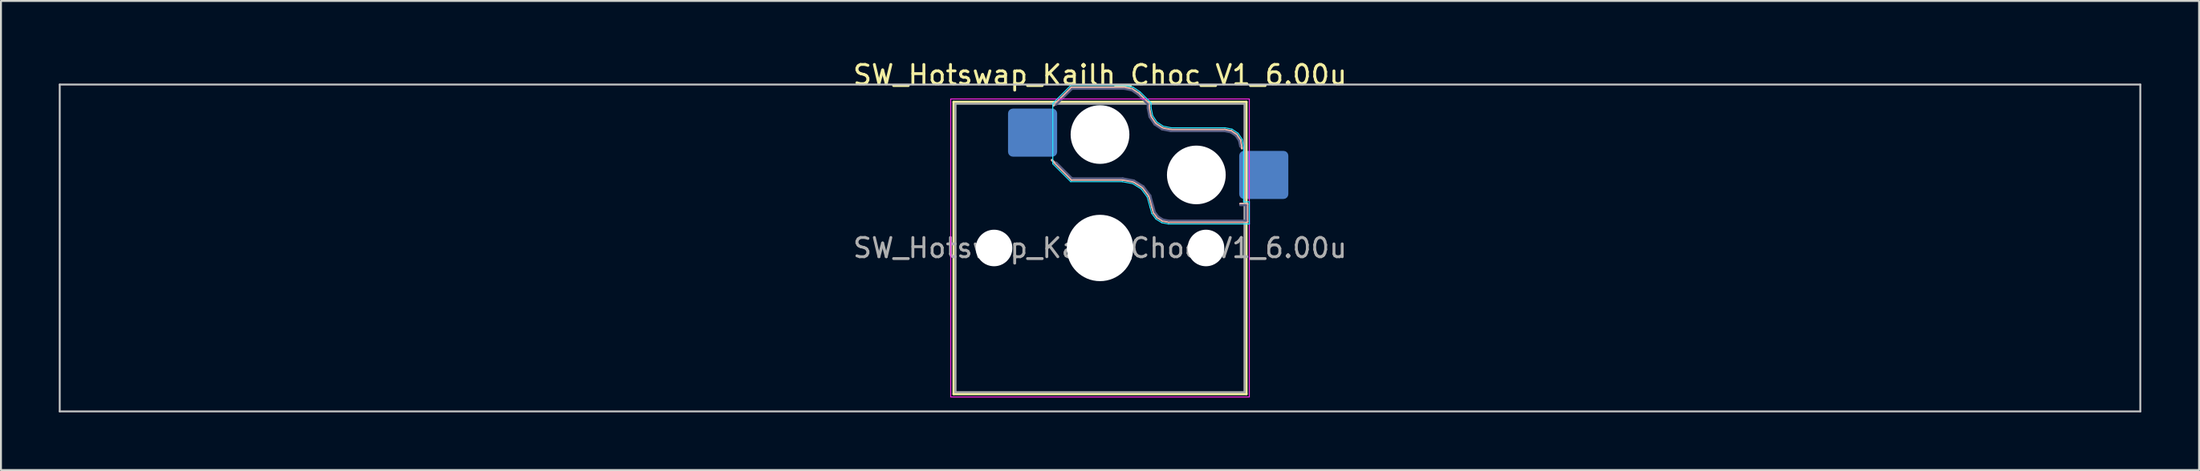
<source format=kicad_pcb>
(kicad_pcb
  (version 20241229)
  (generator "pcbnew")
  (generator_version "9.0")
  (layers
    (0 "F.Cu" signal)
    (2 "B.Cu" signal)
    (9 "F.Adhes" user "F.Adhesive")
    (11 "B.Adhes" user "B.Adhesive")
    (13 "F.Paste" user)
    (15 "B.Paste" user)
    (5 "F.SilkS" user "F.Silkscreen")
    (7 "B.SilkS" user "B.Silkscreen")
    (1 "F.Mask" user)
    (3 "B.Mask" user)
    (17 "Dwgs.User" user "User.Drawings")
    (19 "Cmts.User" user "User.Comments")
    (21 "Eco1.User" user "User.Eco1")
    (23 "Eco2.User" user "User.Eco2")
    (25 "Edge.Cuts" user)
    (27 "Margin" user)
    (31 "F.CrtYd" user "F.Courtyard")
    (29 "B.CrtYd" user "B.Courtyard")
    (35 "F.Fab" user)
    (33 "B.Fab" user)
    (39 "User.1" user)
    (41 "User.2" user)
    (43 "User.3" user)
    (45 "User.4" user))
  (footprint "SW_Hotswap_Kailh_Choc_V1_6.00u"
    (layer "F.Cu")
    (at 54.05 9.848)
    (property "Reference" "SW_Hotswap_Kailh_Choc_V1_6.00u" (at 0 -9 0) (layer "F.SilkS") (effects (font (size 1 1) (thickness 0.15))))
    (attr smd)
    (fp_line (start -7.6 -7.6) (end -7.6 7.6) (stroke (width 0.12) (type solid)) (layer "F.SilkS"))
    (fp_line (start -7.6 7.6) (end 7.6 7.6) (stroke (width 0.12) (type solid)) (layer "F.SilkS"))
    (fp_line (start 7.6 -7.6) (end -7.6 -7.6) (stroke (width 0.12) (type solid)) (layer "F.SilkS"))
    (fp_line (start 7.6 7.6) (end 7.6 -7.6) (stroke (width 0.12) (type solid)) (layer "F.SilkS"))
    (fp_line (start -2.416 -7.409) (end -1.479 -8.346) (stroke (width 0.12) (type solid)) (layer "B.SilkS"))
    (fp_line (start -1.479 -8.346) (end 1.268 -8.346) (stroke (width 0.12) (type solid)) (layer "B.SilkS"))
    (fp_line (start -1.479 -3.554) (end -2.5 -4.575) (stroke (width 0.12) (type solid)) (layer "B.SilkS"))
    (fp_line (start 1.168 -3.554) (end -1.479 -3.554) (stroke (width 0.12) (type solid)) (layer "B.SilkS"))
    (fp_line (start 1.268 -8.346) (end 1.671 -8.266) (stroke (width 0.12) (type solid)) (layer "B.SilkS"))
    (fp_line (start 1.671 -8.266) (end 2.013 -8.037) (stroke (width 0.12) (type solid)) (layer "B.SilkS"))
    (fp_line (start 1.73 -3.449) (end 1.168 -3.554) (stroke (width 0.12) (type solid)) (layer "B.SilkS"))
    (fp_line (start 2.013 -8.037) (end 2.546 -7.504) (stroke (width 0.12) (type solid)) (layer "B.SilkS"))
    (fp_line (start 2.209 -3.15) (end 1.73 -3.449) (stroke (width 0.12) (type solid)) (layer "B.SilkS"))
    (fp_line (start 2.546 -7.504) (end 2.546 -7.282) (stroke (width 0.12) (type solid)) (layer "B.SilkS"))
    (fp_line (start 2.546 -7.282) (end 2.633 -6.844) (stroke (width 0.12) (type solid)) (layer "B.SilkS"))
    (fp_line (start 2.547 -2.697) (end 2.209 -3.15) (stroke (width 0.12) (type solid)) (layer "B.SilkS"))
    (fp_line (start 2.633 -6.844) (end 2.877 -6.477) (stroke (width 0.12) (type solid)) (layer "B.SilkS"))
    (fp_line (start 2.701 -2.139) (end 2.547 -2.697) (stroke (width 0.12) (type solid)) (layer "B.SilkS"))
    (fp_line (start 2.783 -1.841) (end 2.701 -2.139) (stroke (width 0.12) (type solid)) (layer "B.SilkS"))
    (fp_line (start 2.877 -6.477) (end 3.244 -6.233) (stroke (width 0.12) (type solid)) (layer "B.SilkS"))
    (fp_line (start 2.976 -1.583) (end 2.783 -1.841) (stroke (width 0.12) (type solid)) (layer "B.SilkS"))
    (fp_line (start 3.244 -6.233) (end 3.682 -6.146) (stroke (width 0.12) (type solid)) (layer "B.SilkS"))
    (fp_line (start 3.25 -1.413) (end 2.976 -1.583) (stroke (width 0.12) (type solid)) (layer "B.SilkS"))
    (fp_line (start 3.56 -1.354) (end 3.25 -1.413) (stroke (width 0.12) (type solid)) (layer "B.SilkS"))
    (fp_line (start 3.682 -6.146) (end 6.482 -6.146) (stroke (width 0.12) (type solid)) (layer "B.SilkS"))
    (fp_line (start 6.482 -6.146) (end 6.809 -6.081) (stroke (width 0.12) (type solid)) (layer "B.SilkS"))
    (fp_line (start 6.809 -6.081) (end 7.092 -5.892) (stroke (width 0.12) (type solid)) (layer "B.SilkS"))
    (fp_line (start 7.092 -5.892) (end 7.281 -5.609) (stroke (width 0.12) (type solid)) (layer "B.SilkS"))
    (fp_line (start 7.281 -5.609) (end 7.366 -5.182) (stroke (width 0.12) (type solid)) (layer "B.SilkS"))
    (fp_line (start 7.283 -2.296) (end 7.646 -2.296) (stroke (width 0.12) (type solid)) (layer "B.SilkS"))
    (fp_line (start 7.646 -2.296) (end 7.646 -1.354) (stroke (width 0.12) (type solid)) (layer "B.SilkS"))
    (fp_line (start 7.646 -1.354) (end 3.56 -1.354) (stroke (width 0.12) (type solid)) (layer "B.SilkS"))
    (fp_line (start -54 -8.5) (end -54 8.5) (stroke (width 0.1) (type solid)) (layer "Dwgs.User"))
    (fp_line (start -54 8.5) (end 54 8.5) (stroke (width 0.1) (type solid)) (layer "Dwgs.User"))
    (fp_line (start 54 -8.5) (end -54 -8.5) (stroke (width 0.1) (type solid)) (layer "Dwgs.User"))
    (fp_line (start 54 8.5) (end 54 -8.5) (stroke (width 0.1) (type solid)) (layer "Dwgs.User"))
    (fp_line (start -7.25 -7.25) (end -7.25 7.25) (stroke (width 0.1) (type solid)) (layer "Eco1.User"))
    (fp_line (start -7.25 7.25) (end 7.25 7.25) (stroke (width 0.1) (type solid)) (layer "Eco1.User"))
    (fp_line (start 7.25 -7.25) (end -7.25 -7.25) (stroke (width 0.1) (type solid)) (layer "Eco1.User"))
    (fp_line (start 7.25 7.25) (end 7.25 -7.25) (stroke (width 0.1) (type solid)) (layer "Eco1.User"))
    (fp_line (start -2.452 -7.523) (end -1.523 -8.452) (stroke (width 0.05) (type solid)) (layer "B.CrtYd"))
    (fp_line (start -2.452 -4.377) (end -2.452 -7.523) (stroke (width 0.05) (type solid)) (layer "B.CrtYd"))
    (fp_line (start -1.523 -8.452) (end 1.278 -8.452) (stroke (width 0.05) (type solid)) (layer "B.CrtYd"))
    (fp_line (start -1.523 -3.448) (end -2.452 -4.377) (stroke (width 0.05) (type solid)) (layer "B.CrtYd"))
    (fp_line (start 1.159 -3.448) (end -1.523 -3.448) (stroke (width 0.05) (type solid)) (layer "B.CrtYd"))
    (fp_line (start 1.278 -8.452) (end 1.712 -8.366) (stroke (width 0.05) (type solid)) (layer "B.CrtYd"))
    (fp_line (start 1.691 -3.348) (end 1.159 -3.448) (stroke (width 0.05) (type solid)) (layer "B.CrtYd"))
    (fp_line (start 1.712 -8.366) (end 2.081 -8.119) (stroke (width 0.05) (type solid)) (layer "B.CrtYd"))
    (fp_line (start 2.081 -8.119) (end 2.652 -7.548) (stroke (width 0.05) (type solid)) (layer "B.CrtYd"))
    (fp_line (start 2.136 -3.071) (end 1.691 -3.348) (stroke (width 0.05) (type solid)) (layer "B.CrtYd"))
    (fp_line (start 2.45 -2.65) (end 2.136 -3.071) (stroke (width 0.05) (type solid)) (layer "B.CrtYd"))
    (fp_line (start 2.599 -2.111) (end 2.45 -2.65) (stroke (width 0.05) (type solid)) (layer "B.CrtYd"))
    (fp_line (start 2.652 -7.548) (end 2.652 -7.292) (stroke (width 0.05) (type solid)) (layer "B.CrtYd"))
    (fp_line (start 2.652 -7.292) (end 2.733 -6.885) (stroke (width 0.05) (type solid)) (layer "B.CrtYd"))
    (fp_line (start 2.687 -1.794) (end 2.599 -2.111) (stroke (width 0.05) (type solid)) (layer "B.CrtYd"))
    (fp_line (start 2.733 -6.885) (end 2.953 -6.553) (stroke (width 0.05) (type solid)) (layer "B.CrtYd"))
    (fp_line (start 2.903 -1.503) (end 2.687 -1.794) (stroke (width 0.05) (type solid)) (layer "B.CrtYd"))
    (fp_line (start 2.953 -6.553) (end 3.285 -6.333) (stroke (width 0.05) (type solid)) (layer "B.CrtYd"))
    (fp_line (start 3.211 -1.312) (end 2.903 -1.503) (stroke (width 0.05) (type solid)) (layer "B.CrtYd"))
    (fp_line (start 3.285 -6.333) (end 3.692 -6.252) (stroke (width 0.05) (type solid)) (layer "B.CrtYd"))
    (fp_line (start 3.55 -1.248) (end 3.211 -1.312) (stroke (width 0.05) (type solid)) (layer "B.CrtYd"))
    (fp_line (start 3.692 -6.252) (end 6.492 -6.252) (stroke (width 0.05) (type solid)) (layer "B.CrtYd"))
    (fp_line (start 6.492 -6.252) (end 6.85 -6.181) (stroke (width 0.05) (type solid)) (layer "B.CrtYd"))
    (fp_line (start 6.85 -6.181) (end 7.168 -5.968) (stroke (width 0.05) (type solid)) (layer "B.CrtYd"))
    (fp_line (start 7.168 -5.968) (end 7.381 -5.65) (stroke (width 0.05) (type solid)) (layer "B.CrtYd"))
    (fp_line (start 7.381 -5.65) (end 7.452 -5.292) (stroke (width 0.05) (type solid)) (layer "B.CrtYd"))
    (fp_line (start 7.452 -5.292) (end 7.452 -2.402) (stroke (width 0.05) (type solid)) (layer "B.CrtYd"))
    (fp_line (start 7.452 -2.402) (end 7.752 -2.402) (stroke (width 0.05) (type solid)) (layer "B.CrtYd"))
    (fp_line (start 7.752 -2.402) (end 7.752 -1.248) (stroke (width 0.05) (type solid)) (layer "B.CrtYd"))
    (fp_line (start 7.752 -1.248) (end 3.55 -1.248) (stroke (width 0.05) (type solid)) (layer "B.CrtYd"))
    (fp_line (start -7.75 -7.75) (end -7.75 7.75) (stroke (width 0.05) (type solid)) (layer "F.CrtYd"))
    (fp_line (start -7.75 7.75) (end 7.75 7.75) (stroke (width 0.05) (type solid)) (layer "F.CrtYd"))
    (fp_line (start 7.75 -7.75) (end -7.75 -7.75) (stroke (width 0.05) (type solid)) (layer "F.CrtYd"))
    (fp_line (start 7.75 7.75) (end 7.75 -7.75) (stroke (width 0.05) (type solid)) (layer "F.CrtYd"))
    (fp_line (start -2.275 -7.45) (end -1.45 -8.275) (stroke (width 0.1) (type solid)) (layer "B.Fab"))
    (fp_line (start -1.45 -8.275) (end 1.261 -8.275) (stroke (width 0.1) (type solid)) (layer "B.Fab"))
    (fp_line (start -1.45 -3.625) (end -2.275 -4.45) (stroke (width 0.1) (type solid)) (layer "B.Fab"))
    (fp_line (start 1.175 -3.625) (end -1.45 -3.625) (stroke (width 0.1) (type solid)) (layer "B.Fab"))
    (fp_line (start 1.261 -8.275) (end 1.643 -8.199) (stroke (width 0.1) (type solid)) (layer "B.Fab"))
    (fp_line (start 1.643 -8.199) (end 1.968 -7.982) (stroke (width 0.1) (type solid)) (layer "B.Fab"))
    (fp_line (start 1.756 -3.516) (end 1.175 -3.625) (stroke (width 0.1) (type solid)) (layer "B.Fab"))
    (fp_line (start 1.968 -7.982) (end 2.475 -7.475) (stroke (width 0.1) (type solid)) (layer "B.Fab"))
    (fp_line (start 2.258 -3.203) (end 1.756 -3.516) (stroke (width 0.1) (type solid)) (layer "B.Fab"))
    (fp_line (start 2.475 -7.475) (end 2.475 -7.275) (stroke (width 0.1) (type solid)) (layer "B.Fab"))
    (fp_line (start 2.475 -7.275) (end 2.566 -6.816) (stroke (width 0.1) (type solid)) (layer "B.Fab"))
    (fp_line (start 2.566 -6.816) (end 2.826 -6.426) (stroke (width 0.1) (type solid)) (layer "B.Fab"))
    (fp_line (start 2.612 -2.729) (end 2.258 -3.203) (stroke (width 0.1) (type solid)) (layer "B.Fab"))
    (fp_line (start 2.769 -2.158) (end 2.612 -2.729) (stroke (width 0.1) (type solid)) (layer "B.Fab"))
    (fp_line (start 2.826 -6.426) (end 3.216 -6.166) (stroke (width 0.1) (type solid)) (layer "B.Fab"))
    (fp_line (start 2.848 -1.873) (end 2.769 -2.158) (stroke (width 0.1) (type solid)) (layer "B.Fab"))
    (fp_line (start 3.025 -1.636) (end 2.848 -1.873) (stroke (width 0.1) (type solid)) (layer "B.Fab"))
    (fp_line (start 3.216 -6.166) (end 3.675 -6.075) (stroke (width 0.1) (type solid)) (layer "B.Fab"))
    (fp_line (start 3.276 -1.48) (end 3.025 -1.636) (stroke (width 0.1) (type solid)) (layer "B.Fab"))
    (fp_line (start 3.567 -1.425) (end 3.276 -1.48) (stroke (width 0.1) (type solid)) (layer "B.Fab"))
    (fp_line (start 3.675 -6.075) (end 6.475 -6.075) (stroke (width 0.1) (type solid)) (layer "B.Fab"))
    (fp_line (start 6.475 -6.075) (end 6.781 -6.014) (stroke (width 0.1) (type solid)) (layer "B.Fab"))
    (fp_line (start 6.781 -6.014) (end 7.041 -5.841) (stroke (width 0.1) (type solid)) (layer "B.Fab"))
    (fp_line (start 7.041 -5.841) (end 7.214 -5.581) (stroke (width 0.1) (type solid)) (layer "B.Fab"))
    (fp_line (start 7.214 -5.581) (end 7.275 -5.275) (stroke (width 0.1) (type solid)) (layer "B.Fab"))
    (fp_line (start 7.275 -2.225) (end 7.575 -2.225) (stroke (width 0.1) (type solid)) (layer "B.Fab"))
    (fp_line (start 7.575 -2.225) (end 7.575 -1.425) (stroke (width 0.1) (type solid)) (layer "B.Fab"))
    (fp_line (start 7.575 -1.425) (end 3.567 -1.425) (stroke (width 0.1) (type solid)) (layer "B.Fab"))
    (fp_line (start -7.5 -7.5) (end -7.5 7.5) (stroke (width 0.1) (type solid)) (layer "F.Fab"))
    (fp_line (start -7.5 7.5) (end 7.5 7.5) (stroke (width 0.1) (type solid)) (layer "F.Fab"))
    (fp_line (start 7.5 -7.5) (end -7.5 -7.5) (stroke (width 0.1) (type solid)) (layer "F.Fab"))
    (fp_line (start 7.5 7.5) (end 7.5 -7.5) (stroke (width 0.1) (type solid)) (layer "F.Fab"))
    (fp_text user "${REFERENCE}" (at 0 0 0) (layer "F.Fab") (effects (font (size 1 1) (thickness 0.15))))
    (pad "" np_thru_hole circle (at -5.5 0) (size 1.9 1.9) (drill 1.9) (layers "*.Cu" "*.Mask"))
    (pad "" np_thru_hole circle (at 0 -5.9) (size 3.05 3.05) (drill 3.05) (layers "*.Cu" "*.Mask"))
    (pad "" np_thru_hole circle (at 0 0) (size 3.45 3.45) (drill 3.45) (layers "*.Cu" "*.Mask"))
    (pad "" np_thru_hole circle (at 5 -3.8) (size 3.05 3.05) (drill 3.05) (layers "*.Cu" "*.Mask"))
    (pad "" np_thru_hole circle (at 5.5 0) (size 1.9 1.9) (drill 1.9) (layers "*.Cu" "*.Mask"))
    (pad "1" smd roundrect (at -3.5 -6) (size 2.55 2.5) (layers "B.Cu" "B.Mask" "B.Paste") (roundrect_rratio 0.1))
    (pad "2" smd roundrect (at 8.5 -3.8) (size 2.55 2.5) (layers "B.Cu" "B.Mask" "B.Paste") (roundrect_rratio 0.1)))
  (gr_rect
    (start -3 -3)
    (end 111.1 21.398)
    (stroke (width 0.1) (type default))
    (fill no)
    (layer "Edge.Cuts")))
</source>
